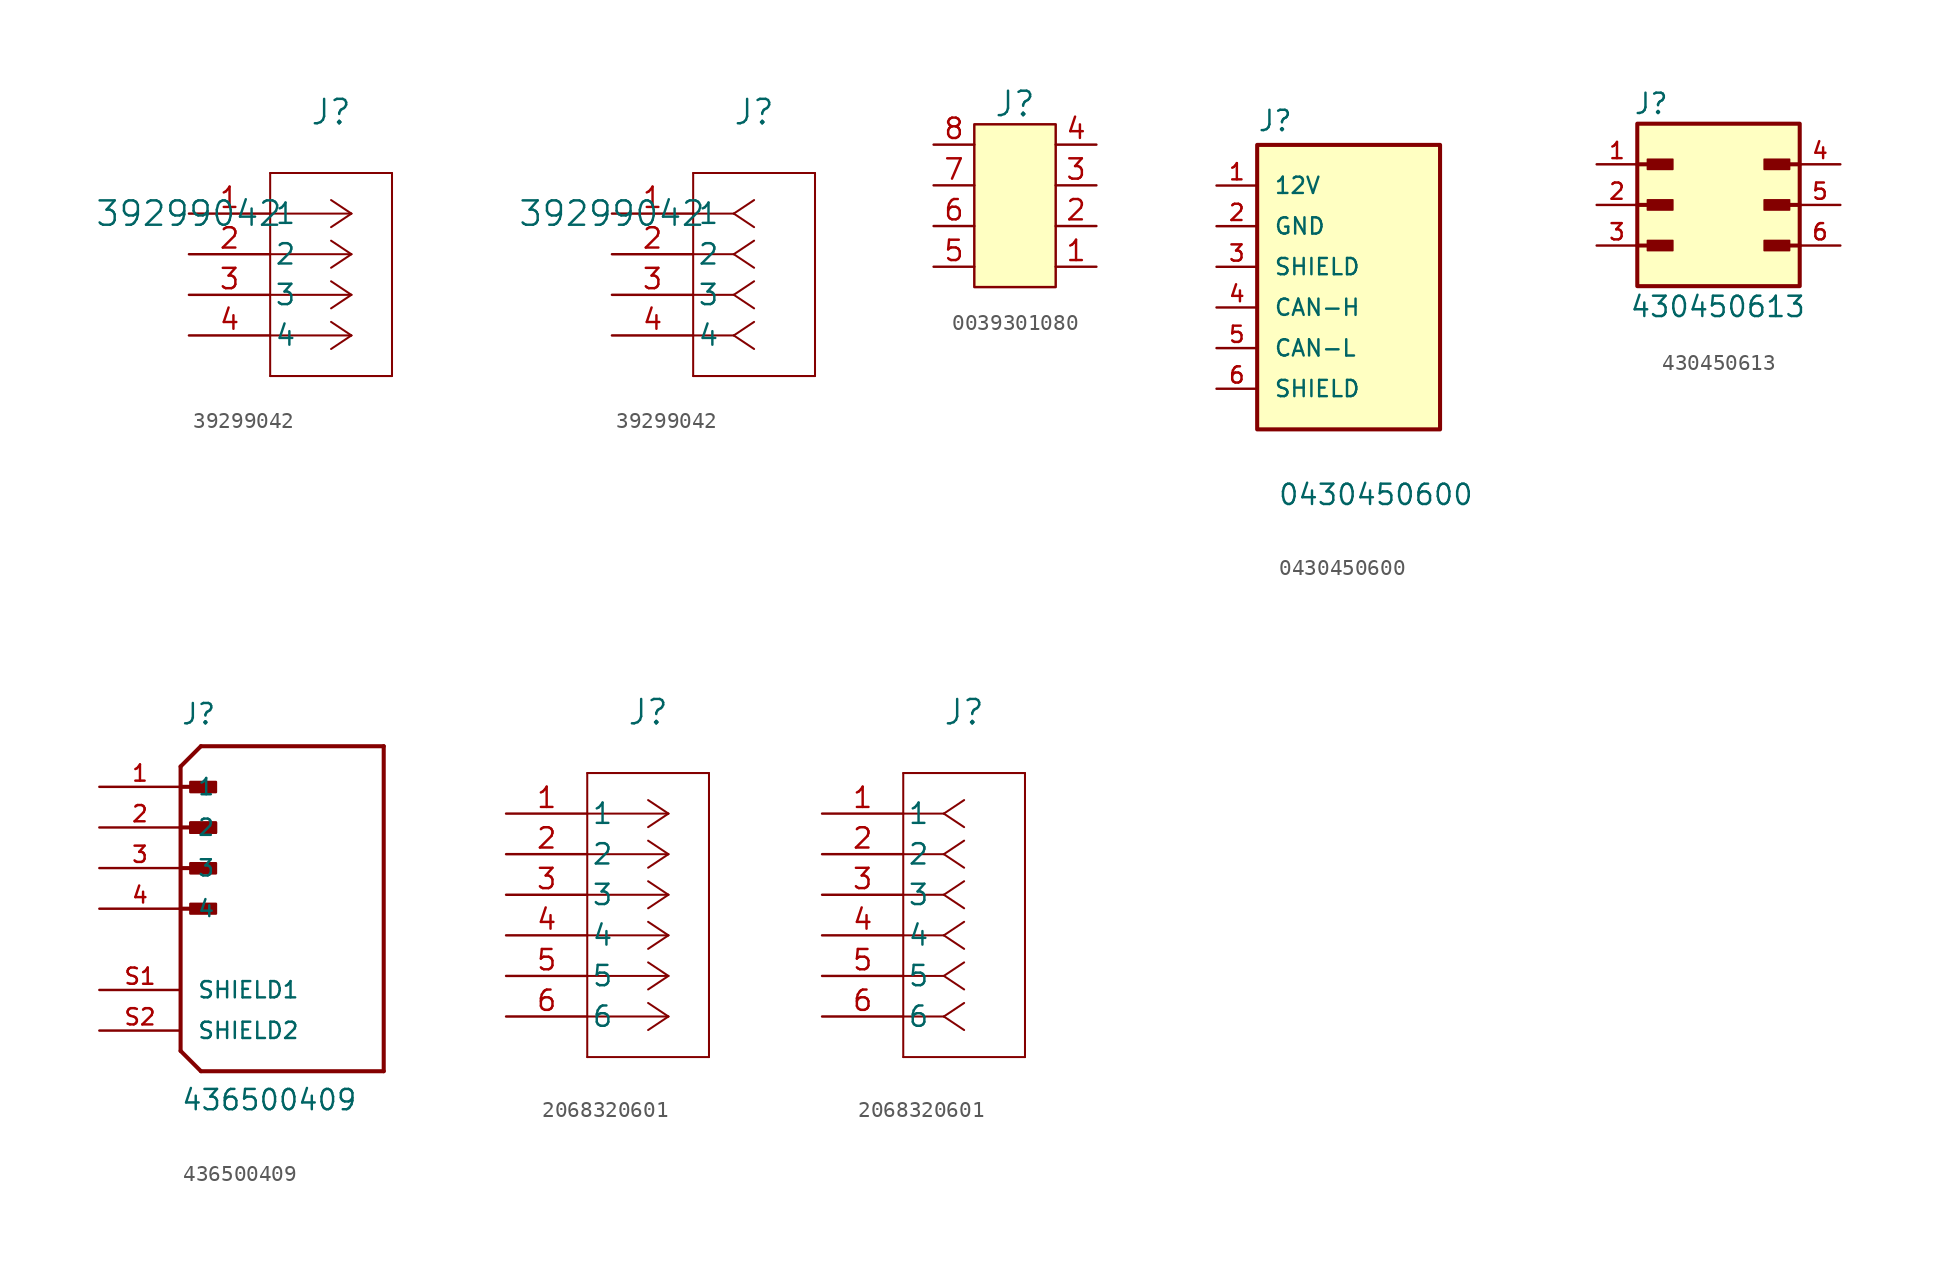
<source format=kicad_sym>
(kicad_symbol_lib
  (version 20241209)
  (generator "kicad_symbol_editor")
  (generator_version "9.0")
  (symbol "39299042"
    (pin_names
      (offset 0.254))
    (property "Reference" "J"
      (at 8.89 6.35 0)
      (effects (font (size 1.524 1.524))))
    (property "Value" "39299042"
      (at 0 0 0)
      (effects (font (size 1.524 1.524))))
    (symbol "39299042_1_1"
      (polyline (pts (xy 5.08 2.54) (xy 5.08 -10.16)) (stroke (width 0.127) (type default)) (fill (type none)))
      (polyline (pts (xy 5.08 -10.16) (xy 12.7 -10.16)) (stroke (width 0.127) (type default)) (fill (type none)))
      (polyline (pts (xy 10.16 0) (xy 5.08 0)) (stroke (width 0.127) (type default)) (fill (type none)))
      (polyline (pts (xy 10.16 0) (xy 8.89 0.847)) (stroke (width 0.127) (type default)) (fill (type none)))
      (polyline (pts (xy 10.16 0) (xy 8.89 -0.847)) (stroke (width 0.127) (type default)) (fill (type none)))
      (polyline (pts (xy 10.16 -2.54) (xy 5.08 -2.54)) (stroke (width 0.127) (type default)) (fill (type none)))
      (polyline (pts (xy 10.16 -2.54) (xy 8.89 -1.693)) (stroke (width 0.127) (type default)) (fill (type none)))
      (polyline (pts (xy 10.16 -2.54) (xy 8.89 -3.387)) (stroke (width 0.127) (type default)) (fill (type none)))
      (polyline (pts (xy 10.16 -5.08) (xy 5.08 -5.08)) (stroke (width 0.127) (type default)) (fill (type none)))
      (polyline (pts (xy 10.16 -5.08) (xy 8.89 -4.233)) (stroke (width 0.127) (type default)) (fill (type none)))
      (polyline (pts (xy 10.16 -5.08) (xy 8.89 -5.927)) (stroke (width 0.127) (type default)) (fill (type none)))
      (polyline (pts (xy 10.16 -7.62) (xy 5.08 -7.62)) (stroke (width 0.127) (type default)) (fill (type none)))
      (polyline (pts (xy 10.16 -7.62) (xy 8.89 -6.773)) (stroke (width 0.127) (type default)) (fill (type none)))
      (polyline (pts (xy 10.16 -7.62) (xy 8.89 -8.467)) (stroke (width 0.127) (type default)) (fill (type none)))
      (polyline (pts (xy 12.7 2.54) (xy 5.08 2.54)) (stroke (width 0.127) (type default)) (fill (type none)))
      (polyline (pts (xy 12.7 -10.16) (xy 12.7 2.54)) (stroke (width 0.127) (type default)) (fill (type none)))
      (pin unspecified line (at 0 0 0) (length 5.08) (name "1" (effects (font (size 1.27 1.27)))) (number "1" (effects (font (size 1.27 1.27)))))
      (pin unspecified line (at 0 -2.54 0) (length 5.08) (name "2" (effects (font (size 1.27 1.27)))) (number "2" (effects (font (size 1.27 1.27)))))
      (pin unspecified line (at 0 -5.08 0) (length 5.08) (name "3" (effects (font (size 1.27 1.27)))) (number "3" (effects (font (size 1.27 1.27)))))
      (pin unspecified line (at 0 -7.62 0) (length 5.08) (name "4" (effects (font (size 1.27 1.27)))) (number "4" (effects (font (size 1.27 1.27))))))
    (symbol "39299042_1_2"
      (polyline (pts (xy 5.08 2.54) (xy 5.08 -10.16)) (stroke (width 0.127) (type default)) (fill (type none)))
      (polyline (pts (xy 5.08 -10.16) (xy 12.7 -10.16)) (stroke (width 0.127) (type default)) (fill (type none)))
      (polyline (pts (xy 7.62 0) (xy 5.08 0)) (stroke (width 0.127) (type default)) (fill (type none)))
      (polyline (pts (xy 7.62 0) (xy 8.89 0.847)) (stroke (width 0.127) (type default)) (fill (type none)))
      (polyline (pts (xy 7.62 0) (xy 8.89 -0.847)) (stroke (width 0.127) (type default)) (fill (type none)))
      (polyline (pts (xy 7.62 -2.54) (xy 5.08 -2.54)) (stroke (width 0.127) (type default)) (fill (type none)))
      (polyline (pts (xy 7.62 -2.54) (xy 8.89 -1.693)) (stroke (width 0.127) (type default)) (fill (type none)))
      (polyline (pts (xy 7.62 -2.54) (xy 8.89 -3.387)) (stroke (width 0.127) (type default)) (fill (type none)))
      (polyline (pts (xy 7.62 -5.08) (xy 5.08 -5.08)) (stroke (width 0.127) (type default)) (fill (type none)))
      (polyline (pts (xy 7.62 -5.08) (xy 8.89 -4.233)) (stroke (width 0.127) (type default)) (fill (type none)))
      (polyline (pts (xy 7.62 -5.08) (xy 8.89 -5.927)) (stroke (width 0.127) (type default)) (fill (type none)))
      (polyline (pts (xy 7.62 -7.62) (xy 5.08 -7.62)) (stroke (width 0.127) (type default)) (fill (type none)))
      (polyline (pts (xy 7.62 -7.62) (xy 8.89 -6.773)) (stroke (width 0.127) (type default)) (fill (type none)))
      (polyline (pts (xy 7.62 -7.62) (xy 8.89 -8.467)) (stroke (width 0.127) (type default)) (fill (type none)))
      (polyline (pts (xy 12.7 2.54) (xy 5.08 2.54)) (stroke (width 0.127) (type default)) (fill (type none)))
      (polyline (pts (xy 12.7 -10.16) (xy 12.7 2.54)) (stroke (width 0.127) (type default)) (fill (type none)))
      (pin unspecified line (at 0 0 0) (length 5.08) (name "1" (effects (font (size 1.27 1.27)))) (number "1" (effects (font (size 1.27 1.27)))))
      (pin unspecified line (at 0 -2.54 0) (length 5.08) (name "2" (effects (font (size 1.27 1.27)))) (number "2" (effects (font (size 1.27 1.27)))))
      (pin unspecified line (at 0 -5.08 0) (length 5.08) (name "3" (effects (font (size 1.27 1.27)))) (number "3" (effects (font (size 1.27 1.27)))))
      (pin unspecified line (at 0 -7.62 0) (length 5.08) (name "4" (effects (font (size 1.27 1.27)))) (number "4" (effects (font (size 1.27 1.27)))))))
  (symbol "0039301080"
    (pin_names
      (offset 0)
      (hide yes))
    (property "Reference" "J"
      (at -2.54 10.16 0)
      (effects (font (size 1.524 1.524))))
    (symbol "0039301080_0_0"
      (rectangle (start -5.08 8.89) (end 0 -1.27) (stroke (width 0) (type default)) (fill (type background))))
    (symbol "0039301080_1_1"
      (pin passive line (at -7.62 7.62 0) (length 2.54) (name "~" (effects (font (size 1.27 1.27)))) (number "8" (effects (font (size 1.27 1.27)))))
      (pin passive line (at -7.62 5.08 0) (length 2.54) (name "~" (effects (font (size 1.27 1.27)))) (number "7" (effects (font (size 1.27 1.27)))))
      (pin passive line (at -7.62 2.54 0) (length 2.54) (name "~" (effects (font (size 1.27 1.27)))) (number "6" (effects (font (size 1.27 1.27)))))
      (pin passive line (at -7.62 0 0) (length 2.54) (name "~" (effects (font (size 1.27 1.27)))) (number "5" (effects (font (size 1.27 1.27)))))
      (pin passive line (at 2.54 7.62 180) (length 2.54) (name "~" (effects (font (size 1.27 1.27)))) (number "4" (effects (font (size 1.27 1.27)))))
      (pin passive line (at 2.54 5.08 180) (length 2.54) (name "~" (effects (font (size 1.27 1.27)))) (number "3" (effects (font (size 1.27 1.27)))))
      (pin passive line (at 2.54 2.54 180) (length 2.54) (name "~" (effects (font (size 1.27 1.27)))) (number "2" (effects (font (size 1.27 1.27)))))
      (pin passive line (at 2.54 0 180) (length 2.54) (name "~" (effects (font (size 1.27 1.27)))) (number "1" (effects (font (size 1.27 1.27)))))))
  (symbol "0430450600"
    (pin_names
      (offset 1.016))
    (property "Reference" "J"
      (at -7.62 5.842 0)
      (effects (font (size 1.27 1.27)) (justify left bottom)))
    (property "Value" "0430450600"
      (at -6.35 -17.526 0)
      (effects (font (size 1.27 1.27)) (justify left bottom)))
    (symbol "0430450600_0_0"
      (rectangle (start -7.62 5.08) (end 3.81 -12.7) (stroke (width 0.254) (type default)) (fill (type background))))
    (symbol "0430450600_1_0"
      (pin passive line (at -10.16 2.54 0) (length 2.54) (name "12V" (effects (font (size 1.016 1.016)))) (number "1" (effects (font (size 1.016 1.016)))))
      (pin passive line (at -10.16 0 0) (length 2.54) (name "GND" (effects (font (size 1.016 1.016)))) (number "2" (effects (font (size 1.016 1.016)))))
      (pin passive line (at -10.16 -2.54 0) (length 2.54) (name "SHIELD" (effects (font (size 1.016 1.016)))) (number "3" (effects (font (size 1.016 1.016)))))
      (pin passive line (at -10.16 -5.08 0) (length 2.54) (name "CAN-H" (effects (font (size 1.016 1.016)))) (number "4" (effects (font (size 1.016 1.016)))))
      (pin passive line (at -10.16 -7.62 0) (length 2.54) (name "CAN-L" (effects (font (size 1.016 1.016)))) (number "5" (effects (font (size 1.016 1.016)))))
      (pin passive line (at -10.16 -10.16 0) (length 2.54) (name "SHIELD" (effects (font (size 1.016 1.016)))) (number "6" (effects (font (size 1.016 1.016)))))))
  (symbol "430450613"
    (pin_names
      (offset 1.016)
      (hide yes))
    (property "Reference" "J"
      (at -5.334 5.588 0)
      (effects (font (size 1.27 1.27)) (justify left bottom)))
    (property "Value" "430450613"
      (at -5.588 -7.112 0)
      (effects (font (size 1.27 1.27)) (justify left bottom)))
    (symbol "430450613_0_0"
      (rectangle (start -5.08 5.08) (end 5.08 -5.08) (stroke (width 0.254) (type default)) (fill (type background)))
      (polyline (pts (xy -5.08 2.54) (xy -3.175 2.54)) (stroke (width 0.254) (type default)) (fill (type none)))
      (polyline (pts (xy -5.08 0) (xy -3.175 0)) (stroke (width 0.254) (type default)) (fill (type none)))
      (polyline (pts (xy -5.08 -2.54) (xy -3.175 -2.54)) (stroke (width 0.254) (type default)) (fill (type none)))
      (rectangle (start -4.445 2.223) (end -2.857 2.857) (stroke (width 0.1) (type default)) (fill (type outline)))
      (rectangle (start -4.445 -0.318) (end -2.857 0.318) (stroke (width 0.1) (type default)) (fill (type outline)))
      (rectangle (start -4.445 -2.857) (end -2.857 -2.223) (stroke (width 0.1) (type default)) (fill (type outline)))
      (rectangle (start 2.857 2.223) (end 4.445 2.857) (stroke (width 0.1) (type default)) (fill (type outline)))
      (rectangle (start 2.857 -0.318) (end 4.445 0.318) (stroke (width 0.1) (type default)) (fill (type outline)))
      (rectangle (start 2.857 -2.857) (end 4.445 -2.223) (stroke (width 0.1) (type default)) (fill (type outline)))
      (polyline (pts (xy 5.08 2.54) (xy 3.175 2.54)) (stroke (width 0.254) (type default)) (fill (type none)))
      (polyline (pts (xy 5.08 0) (xy 3.175 0)) (stroke (width 0.254) (type default)) (fill (type none)))
      (polyline (pts (xy 5.08 -2.54) (xy 3.175 -2.54)) (stroke (width 0.254) (type default)) (fill (type none)))
      (pin passive line (at -7.62 2.54 0) (length 2.54) (name "1" (effects (font (size 1.016 1.016)))) (number "1" (effects (font (size 1.016 1.016)))))
      (pin passive line (at -7.62 0 0) (length 2.54) (name "2" (effects (font (size 1.016 1.016)))) (number "2" (effects (font (size 1.016 1.016)))))
      (pin passive line (at -7.62 -2.54 0) (length 2.54) (name "3" (effects (font (size 1.016 1.016)))) (number "3" (effects (font (size 1.016 1.016)))))
      (pin passive line (at 7.62 0 180) (length 2.54) (name "5" (effects (font (size 1.016 1.016)))) (number "5" (effects (font (size 1.016 1.016)))))
      (pin passive line (at 7.62 -2.54 180) (length 2.54) (name "6" (effects (font (size 1.016 1.016)))) (number "6" (effects (font (size 1.016 1.016))))))
    (symbol "430450613_1_0"
      (pin passive line (at 7.62 2.54 180) (length 2.54) (name "4" (effects (font (size 1.016 1.016)))) (number "4" (effects (font (size 1.016 1.016)))))))
  (symbol "436500409"
    (pin_names
      (offset 1.016))
    (property "Reference" "J"
      (at 0 11.43 0)
      (effects (font (size 1.27 1.27)) (justify left bottom)))
    (property "Value" "436500409"
      (at 0 -12.7 0)
      (effects (font (size 1.27 1.27)) (justify left bottom)))
    (symbol "436500409_0_0"
      (polyline (pts (xy 0 8.89) (xy 0 -8.89)) (stroke (width 0.254) (type solid)) (fill (type none)))
      (polyline (pts (xy 0 8.89) (xy 1.27 10.16)) (stroke (width 0.254) (type solid)) (fill (type none)))
      (polyline (pts (xy 0 7.62) (xy 1.905 7.62)) (stroke (width 0.254) (type solid)) (fill (type none)))
      (polyline (pts (xy 0 5.08) (xy 1.905 5.08)) (stroke (width 0.254) (type solid)) (fill (type none)))
      (polyline (pts (xy 0 2.54) (xy 1.905 2.54)) (stroke (width 0.254) (type solid)) (fill (type none)))
      (polyline (pts (xy 0 0) (xy 1.905 0)) (stroke (width 0.254) (type solid)) (fill (type none)))
      (polyline (pts (xy 0 -8.89) (xy 1.27 -10.16)) (stroke (width 0.254) (type solid)) (fill (type none)))
      (rectangle (start 0.61 7.29) (end 2.21 7.925) (stroke (width 0) (type solid)) (fill (type outline)))
      (rectangle (start 0.61 4.75) (end 2.21 5.385) (stroke (width 0) (type solid)) (fill (type outline)))
      (rectangle (start 0.61 4.75) (end 2.21 5.385) (stroke (width 0) (type solid)) (fill (type outline)))
      (rectangle (start 0.61 2.21) (end 2.21 2.845) (stroke (width 0) (type solid)) (fill (type outline)))
      (rectangle (start 0.61 -0.305) (end 2.21 0.305) (stroke (width 0) (type solid)) (fill (type outline)))
      (polyline (pts (xy 1.27 -10.16) (xy 12.7 -10.16)) (stroke (width 0.254) (type solid)) (fill (type none)))
      (polyline (pts (xy 12.7 10.16) (xy 1.27 10.16)) (stroke (width 0.254) (type solid)) (fill (type none)))
      (polyline (pts (xy 12.7 -10.16) (xy 12.7 10.16)) (stroke (width 0.254) (type solid)) (fill (type none)))
      (pin passive line (at -5.08 7.62 0) (length 5.08) (name "1" (effects (font (size 1.016 1.016)))) (number "1" (effects (font (size 1.016 1.016)))))
      (pin passive line (at -5.08 5.08 0) (length 5.08) (name "2" (effects (font (size 1.016 1.016)))) (number "2" (effects (font (size 1.016 1.016)))))
      (pin passive line (at -5.08 2.54 0) (length 5.08) (name "3" (effects (font (size 1.016 1.016)))) (number "3" (effects (font (size 1.016 1.016)))))
      (pin passive line (at -5.08 0 0) (length 5.08) (name "4" (effects (font (size 1.016 1.016)))) (number "4" (effects (font (size 1.016 1.016)))))
      (pin passive line (at -5.08 -5.08 0) (length 5.08) (name "SHIELD1" (effects (font (size 1.016 1.016)))) (number "S1" (effects (font (size 1.016 1.016)))))
      (pin passive line (at -5.08 -7.62 0) (length 5.08) (name "SHIELD2" (effects (font (size 1.016 1.016)))) (number "S2" (effects (font (size 1.016 1.016)))))))
  (symbol "2068320601"
    (pin_names
      (offset 0.254))
    (property "Reference" "J"
      (at 8.89 6.35 0)
      (effects (font (size 1.524 1.524))))
    (symbol "2068320601_1_1"
      (polyline (pts (xy 5.08 2.54) (xy 5.08 -15.24)) (stroke (width 0.127) (type default)) (fill (type none)))
      (polyline (pts (xy 5.08 -15.24) (xy 12.7 -15.24)) (stroke (width 0.127) (type default)) (fill (type none)))
      (polyline (pts (xy 10.16 0) (xy 5.08 0)) (stroke (width 0.127) (type default)) (fill (type none)))
      (polyline (pts (xy 10.16 0) (xy 8.89 0.847)) (stroke (width 0.127) (type default)) (fill (type none)))
      (polyline (pts (xy 10.16 0) (xy 8.89 -0.847)) (stroke (width 0.127) (type default)) (fill (type none)))
      (polyline (pts (xy 10.16 -2.54) (xy 5.08 -2.54)) (stroke (width 0.127) (type default)) (fill (type none)))
      (polyline (pts (xy 10.16 -2.54) (xy 8.89 -1.693)) (stroke (width 0.127) (type default)) (fill (type none)))
      (polyline (pts (xy 10.16 -2.54) (xy 8.89 -3.387)) (stroke (width 0.127) (type default)) (fill (type none)))
      (polyline (pts (xy 10.16 -5.08) (xy 5.08 -5.08)) (stroke (width 0.127) (type default)) (fill (type none)))
      (polyline (pts (xy 10.16 -5.08) (xy 8.89 -4.233)) (stroke (width 0.127) (type default)) (fill (type none)))
      (polyline (pts (xy 10.16 -5.08) (xy 8.89 -5.927)) (stroke (width 0.127) (type default)) (fill (type none)))
      (polyline (pts (xy 10.16 -7.62) (xy 5.08 -7.62)) (stroke (width 0.127) (type default)) (fill (type none)))
      (polyline (pts (xy 10.16 -7.62) (xy 8.89 -6.773)) (stroke (width 0.127) (type default)) (fill (type none)))
      (polyline (pts (xy 10.16 -7.62) (xy 8.89 -8.467)) (stroke (width 0.127) (type default)) (fill (type none)))
      (polyline (pts (xy 10.16 -10.16) (xy 5.08 -10.16)) (stroke (width 0.127) (type default)) (fill (type none)))
      (polyline (pts (xy 10.16 -10.16) (xy 8.89 -9.313)) (stroke (width 0.127) (type default)) (fill (type none)))
      (polyline (pts (xy 10.16 -10.16) (xy 8.89 -11.007)) (stroke (width 0.127) (type default)) (fill (type none)))
      (polyline (pts (xy 10.16 -12.7) (xy 5.08 -12.7)) (stroke (width 0.127) (type default)) (fill (type none)))
      (polyline (pts (xy 10.16 -12.7) (xy 8.89 -11.853)) (stroke (width 0.127) (type default)) (fill (type none)))
      (polyline (pts (xy 10.16 -12.7) (xy 8.89 -13.547)) (stroke (width 0.127) (type default)) (fill (type none)))
      (polyline (pts (xy 12.7 2.54) (xy 5.08 2.54)) (stroke (width 0.127) (type default)) (fill (type none)))
      (polyline (pts (xy 12.7 -15.24) (xy 12.7 2.54)) (stroke (width 0.127) (type default)) (fill (type none)))
      (pin unspecified line (at 0 0 0) (length 5.08) (name "1" (effects (font (size 1.27 1.27)))) (number "1" (effects (font (size 1.27 1.27)))))
      (pin unspecified line (at 0 -2.54 0) (length 5.08) (name "2" (effects (font (size 1.27 1.27)))) (number "2" (effects (font (size 1.27 1.27)))))
      (pin unspecified line (at 0 -5.08 0) (length 5.08) (name "3" (effects (font (size 1.27 1.27)))) (number "3" (effects (font (size 1.27 1.27)))))
      (pin unspecified line (at 0 -7.62 0) (length 5.08) (name "4" (effects (font (size 1.27 1.27)))) (number "4" (effects (font (size 1.27 1.27)))))
      (pin unspecified line (at 0 -10.16 0) (length 5.08) (name "5" (effects (font (size 1.27 1.27)))) (number "5" (effects (font (size 1.27 1.27)))))
      (pin unspecified line (at 0 -12.7 0) (length 5.08) (name "6" (effects (font (size 1.27 1.27)))) (number "6" (effects (font (size 1.27 1.27))))))
    (symbol "2068320601_1_2"
      (polyline (pts (xy 5.08 2.54) (xy 5.08 -15.24)) (stroke (width 0.127) (type default)) (fill (type none)))
      (polyline (pts (xy 5.08 -15.24) (xy 12.7 -15.24)) (stroke (width 0.127) (type default)) (fill (type none)))
      (polyline (pts (xy 7.62 0) (xy 5.08 0)) (stroke (width 0.127) (type default)) (fill (type none)))
      (polyline (pts (xy 7.62 0) (xy 8.89 0.847)) (stroke (width 0.127) (type default)) (fill (type none)))
      (polyline (pts (xy 7.62 0) (xy 8.89 -0.847)) (stroke (width 0.127) (type default)) (fill (type none)))
      (polyline (pts (xy 7.62 -2.54) (xy 5.08 -2.54)) (stroke (width 0.127) (type default)) (fill (type none)))
      (polyline (pts (xy 7.62 -2.54) (xy 8.89 -1.693)) (stroke (width 0.127) (type default)) (fill (type none)))
      (polyline (pts (xy 7.62 -2.54) (xy 8.89 -3.387)) (stroke (width 0.127) (type default)) (fill (type none)))
      (polyline (pts (xy 7.62 -5.08) (xy 5.08 -5.08)) (stroke (width 0.127) (type default)) (fill (type none)))
      (polyline (pts (xy 7.62 -5.08) (xy 8.89 -4.233)) (stroke (width 0.127) (type default)) (fill (type none)))
      (polyline (pts (xy 7.62 -5.08) (xy 8.89 -5.927)) (stroke (width 0.127) (type default)) (fill (type none)))
      (polyline (pts (xy 7.62 -7.62) (xy 5.08 -7.62)) (stroke (width 0.127) (type default)) (fill (type none)))
      (polyline (pts (xy 7.62 -7.62) (xy 8.89 -6.773)) (stroke (width 0.127) (type default)) (fill (type none)))
      (polyline (pts (xy 7.62 -7.62) (xy 8.89 -8.467)) (stroke (width 0.127) (type default)) (fill (type none)))
      (polyline (pts (xy 7.62 -10.16) (xy 5.08 -10.16)) (stroke (width 0.127) (type default)) (fill (type none)))
      (polyline (pts (xy 7.62 -10.16) (xy 8.89 -9.313)) (stroke (width 0.127) (type default)) (fill (type none)))
      (polyline (pts (xy 7.62 -10.16) (xy 8.89 -11.007)) (stroke (width 0.127) (type default)) (fill (type none)))
      (polyline (pts (xy 7.62 -12.7) (xy 5.08 -12.7)) (stroke (width 0.127) (type default)) (fill (type none)))
      (polyline (pts (xy 7.62 -12.7) (xy 8.89 -11.853)) (stroke (width 0.127) (type default)) (fill (type none)))
      (polyline (pts (xy 7.62 -12.7) (xy 8.89 -13.547)) (stroke (width 0.127) (type default)) (fill (type none)))
      (polyline (pts (xy 12.7 2.54) (xy 5.08 2.54)) (stroke (width 0.127) (type default)) (fill (type none)))
      (polyline (pts (xy 12.7 -15.24) (xy 12.7 2.54)) (stroke (width 0.127) (type default)) (fill (type none)))
      (pin unspecified line (at 0 0 0) (length 5.08) (name "1" (effects (font (size 1.27 1.27)))) (number "1" (effects (font (size 1.27 1.27)))))
      (pin unspecified line (at 0 -2.54 0) (length 5.08) (name "2" (effects (font (size 1.27 1.27)))) (number "2" (effects (font (size 1.27 1.27)))))
      (pin unspecified line (at 0 -5.08 0) (length 5.08) (name "3" (effects (font (size 1.27 1.27)))) (number "3" (effects (font (size 1.27 1.27)))))
      (pin unspecified line (at 0 -7.62 0) (length 5.08) (name "4" (effects (font (size 1.27 1.27)))) (number "4" (effects (font (size 1.27 1.27)))))
      (pin unspecified line (at 0 -10.16 0) (length 5.08) (name "5" (effects (font (size 1.27 1.27)))) (number "5" (effects (font (size 1.27 1.27)))))
      (pin unspecified line (at 0 -12.7 0) (length 5.08) (name "6" (effects (font (size 1.27 1.27)))) (number "6" (effects (font (size 1.27 1.27))))))))
</source>
